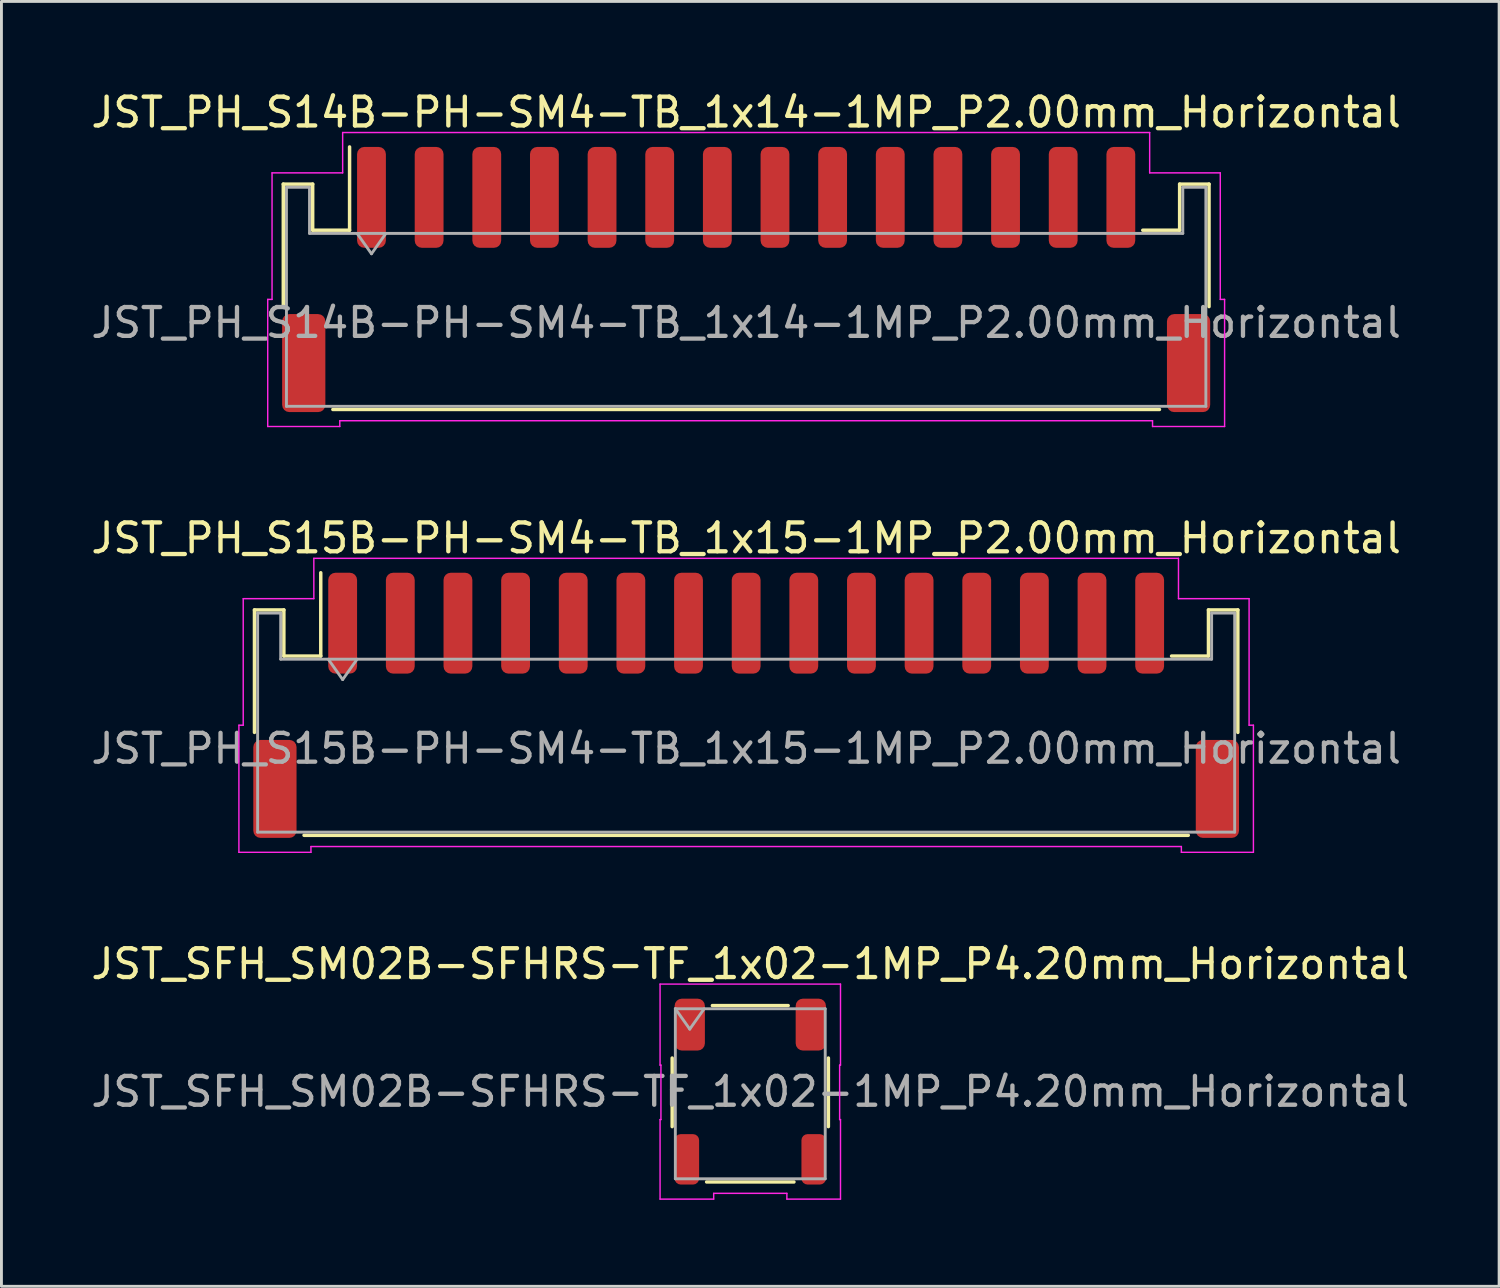
<source format=kicad_pcb>
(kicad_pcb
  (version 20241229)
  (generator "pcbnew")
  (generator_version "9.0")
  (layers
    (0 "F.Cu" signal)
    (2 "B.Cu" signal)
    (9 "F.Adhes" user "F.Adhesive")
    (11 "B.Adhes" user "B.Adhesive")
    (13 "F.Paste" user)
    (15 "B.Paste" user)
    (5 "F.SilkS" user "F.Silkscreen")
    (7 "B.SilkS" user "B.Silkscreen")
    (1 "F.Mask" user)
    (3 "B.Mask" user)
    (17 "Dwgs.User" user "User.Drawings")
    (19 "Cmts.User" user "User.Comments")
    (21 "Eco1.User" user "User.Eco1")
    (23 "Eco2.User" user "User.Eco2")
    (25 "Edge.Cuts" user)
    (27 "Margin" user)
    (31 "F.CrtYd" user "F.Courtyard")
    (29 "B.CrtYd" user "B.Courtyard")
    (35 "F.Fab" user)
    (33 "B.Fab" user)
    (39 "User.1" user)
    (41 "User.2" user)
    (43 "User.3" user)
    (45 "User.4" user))
  (footprint "JST_PH_S15B-PH-SM4-TB_1x15-1MP_P2.00mm_Horizontal"
    (layer "F.Cu")
    (at 22.839 21.422)
    (property "Reference" "JST_PH_S15B-PH-SM4-TB_1x15-1MP_P2.00mm_Horizontal" (at 0 -5.8 0) (layer "F.SilkS") (effects (font (size 1 1) (thickness 0.15))))
    (attr smd)
    (fp_line (start -17.06 -3.31) (end -16.04 -3.31) (stroke (width 0.12) (type solid)) (layer "F.SilkS"))
    (fp_line (start -17.06 0.94) (end -17.06 -3.31) (stroke (width 0.12) (type solid)) (layer "F.SilkS"))
    (fp_line (start -16.04 -3.31) (end -16.04 -1.71) (stroke (width 0.12) (type solid)) (layer "F.SilkS"))
    (fp_line (start -16.04 -1.71) (end -14.76 -1.71) (stroke (width 0.12) (type solid)) (layer "F.SilkS"))
    (fp_line (start -15.34 4.51) (end 15.34 4.51) (stroke (width 0.12) (type solid)) (layer "F.SilkS"))
    (fp_line (start -14.76 -1.71) (end -14.76 -4.6) (stroke (width 0.12) (type solid)) (layer "F.SilkS"))
    (fp_line (start 16.04 -3.31) (end 16.04 -1.71) (stroke (width 0.12) (type solid)) (layer "F.SilkS"))
    (fp_line (start 16.04 -1.71) (end 14.76 -1.71) (stroke (width 0.12) (type solid)) (layer "F.SilkS"))
    (fp_line (start 17.06 -3.31) (end 16.04 -3.31) (stroke (width 0.12) (type solid)) (layer "F.SilkS"))
    (fp_line (start 17.06 0.94) (end 17.06 -3.31) (stroke (width 0.12) (type solid)) (layer "F.SilkS"))
    (fp_line (start -17.6 0.69) (end -17.45 0.69) (stroke (width 0.05) (type solid)) (layer "F.CrtYd"))
    (fp_line (start -17.6 5.1) (end -17.6 0.69) (stroke (width 0.05) (type solid)) (layer "F.CrtYd"))
    (fp_line (start -17.45 -3.7) (end -15 -3.7) (stroke (width 0.05) (type solid)) (layer "F.CrtYd"))
    (fp_line (start -17.45 0.69) (end -17.45 -3.7) (stroke (width 0.05) (type solid)) (layer "F.CrtYd"))
    (fp_line (start -15.1 4.9) (end -15.1 5.1) (stroke (width 0.05) (type solid)) (layer "F.CrtYd"))
    (fp_line (start -15.1 5.1) (end -17.6 5.1) (stroke (width 0.05) (type solid)) (layer "F.CrtYd"))
    (fp_line (start -15 -5.1) (end 15 -5.1) (stroke (width 0.05) (type solid)) (layer "F.CrtYd"))
    (fp_line (start -15 -3.7) (end -15 -5.1) (stroke (width 0.05) (type solid)) (layer "F.CrtYd"))
    (fp_line (start 15 -5.1) (end 15 -3.7) (stroke (width 0.05) (type solid)) (layer "F.CrtYd"))
    (fp_line (start 15 -3.7) (end 17.45 -3.7) (stroke (width 0.05) (type solid)) (layer "F.CrtYd"))
    (fp_line (start 15.1 4.9) (end -15.1 4.9) (stroke (width 0.05) (type solid)) (layer "F.CrtYd"))
    (fp_line (start 15.1 5.1) (end 15.1 4.9) (stroke (width 0.05) (type solid)) (layer "F.CrtYd"))
    (fp_line (start 17.45 -3.7) (end 17.45 0.69) (stroke (width 0.05) (type solid)) (layer "F.CrtYd"))
    (fp_line (start 17.45 0.69) (end 17.6 0.69) (stroke (width 0.05) (type solid)) (layer "F.CrtYd"))
    (fp_line (start 17.6 0.69) (end 17.6 5.1) (stroke (width 0.05) (type solid)) (layer "F.CrtYd"))
    (fp_line (start 17.6 5.1) (end 15.1 5.1) (stroke (width 0.05) (type solid)) (layer "F.CrtYd"))
    (fp_line (start -16.95 -3.2) (end -16.95 4.4) (stroke (width 0.1) (type solid)) (layer "F.Fab"))
    (fp_line (start -16.95 -3.2) (end -16.15 -3.2) (stroke (width 0.1) (type solid)) (layer "F.Fab"))
    (fp_line (start -16.95 4.4) (end 16.95 4.4) (stroke (width 0.1) (type solid)) (layer "F.Fab"))
    (fp_line (start -16.15 -3.2) (end -16.15 -1.6) (stroke (width 0.1) (type solid)) (layer "F.Fab"))
    (fp_line (start -16.15 -1.6) (end 16.15 -1.6) (stroke (width 0.1) (type solid)) (layer "F.Fab"))
    (fp_line (start -14.5 -1.6) (end -14 -0.893) (stroke (width 0.1) (type solid)) (layer "F.Fab"))
    (fp_line (start -14 -0.893) (end -13.5 -1.6) (stroke (width 0.1) (type solid)) (layer "F.Fab"))
    (fp_line (start 16.15 -3.2) (end 16.95 -3.2) (stroke (width 0.1) (type solid)) (layer "F.Fab"))
    (fp_line (start 16.15 -1.6) (end 16.15 -3.2) (stroke (width 0.1) (type solid)) (layer "F.Fab"))
    (fp_line (start 16.95 -3.2) (end 16.95 4.4) (stroke (width 0.1) (type solid)) (layer "F.Fab"))
    (fp_text user "${REFERENCE}" (at 0 1.5 0) (layer "F.Fab") (effects (font (size 1 1) (thickness 0.15))))
    (pad "1" smd roundrect (at -14 -2.85) (size 1 3.5) (layers "F.Cu" "F.Mask" "F.Paste") (roundrect_rratio 0.25))
    (pad "2" smd roundrect (at -12 -2.85) (size 1 3.5) (layers "F.Cu" "F.Mask" "F.Paste") (roundrect_rratio 0.25))
    (pad "3" smd roundrect (at -10 -2.85) (size 1 3.5) (layers "F.Cu" "F.Mask" "F.Paste") (roundrect_rratio 0.25))
    (pad "4" smd roundrect (at -8 -2.85) (size 1 3.5) (layers "F.Cu" "F.Mask" "F.Paste") (roundrect_rratio 0.25))
    (pad "5" smd roundrect (at -6 -2.85) (size 1 3.5) (layers "F.Cu" "F.Mask" "F.Paste") (roundrect_rratio 0.25))
    (pad "6" smd roundrect (at -4 -2.85) (size 1 3.5) (layers "F.Cu" "F.Mask" "F.Paste") (roundrect_rratio 0.25))
    (pad "7" smd roundrect (at -2 -2.85) (size 1 3.5) (layers "F.Cu" "F.Mask" "F.Paste") (roundrect_rratio 0.25))
    (pad "8" smd roundrect (at 0 -2.85) (size 1 3.5) (layers "F.Cu" "F.Mask" "F.Paste") (roundrect_rratio 0.25))
    (pad "9" smd roundrect (at 2 -2.85) (size 1 3.5) (layers "F.Cu" "F.Mask" "F.Paste") (roundrect_rratio 0.25))
    (pad "10" smd roundrect (at 4 -2.85) (size 1 3.5) (layers "F.Cu" "F.Mask" "F.Paste") (roundrect_rratio 0.25))
    (pad "11" smd roundrect (at 6 -2.85) (size 1 3.5) (layers "F.Cu" "F.Mask" "F.Paste") (roundrect_rratio 0.25))
    (pad "12" smd roundrect (at 8 -2.85) (size 1 3.5) (layers "F.Cu" "F.Mask" "F.Paste") (roundrect_rratio 0.25))
    (pad "13" smd roundrect (at 10 -2.85) (size 1 3.5) (layers "F.Cu" "F.Mask" "F.Paste") (roundrect_rratio 0.25))
    (pad "14" smd roundrect (at 12 -2.85) (size 1 3.5) (layers "F.Cu" "F.Mask" "F.Paste") (roundrect_rratio 0.25))
    (pad "15" smd roundrect (at 14 -2.85) (size 1 3.5) (layers "F.Cu" "F.Mask" "F.Paste") (roundrect_rratio 0.25))
    (pad "MP" smd roundrect (at -16.35 2.9) (size 1.5 3.4) (layers "F.Cu" "F.Mask" "F.Paste") (roundrect_rratio 0.167))
    (pad "MP" smd roundrect (at 16.35 2.9) (size 1.5 3.4) (layers "F.Cu" "F.Mask" "F.Paste") (roundrect_rratio 0.167)))
  (footprint "JST_PH_S14B-PH-SM4-TB_1x14-1MP_P2.00mm_Horizontal"
    (layer "F.Cu")
    (at 22.839 6.648)
    (property "Reference" "JST_PH_S14B-PH-SM4-TB_1x14-1MP_P2.00mm_Horizontal" (at 0 -5.8 0) (layer "F.SilkS") (effects (font (size 1 1) (thickness 0.15))))
    (attr smd)
    (fp_line (start -16.06 -3.31) (end -15.04 -3.31) (stroke (width 0.12) (type solid)) (layer "F.SilkS"))
    (fp_line (start -16.06 0.94) (end -16.06 -3.31) (stroke (width 0.12) (type solid)) (layer "F.SilkS"))
    (fp_line (start -15.04 -3.31) (end -15.04 -1.71) (stroke (width 0.12) (type solid)) (layer "F.SilkS"))
    (fp_line (start -15.04 -1.71) (end -13.76 -1.71) (stroke (width 0.12) (type solid)) (layer "F.SilkS"))
    (fp_line (start -14.34 4.51) (end 14.34 4.51) (stroke (width 0.12) (type solid)) (layer "F.SilkS"))
    (fp_line (start -13.76 -1.71) (end -13.76 -4.6) (stroke (width 0.12) (type solid)) (layer "F.SilkS"))
    (fp_line (start 15.04 -3.31) (end 15.04 -1.71) (stroke (width 0.12) (type solid)) (layer "F.SilkS"))
    (fp_line (start 15.04 -1.71) (end 13.76 -1.71) (stroke (width 0.12) (type solid)) (layer "F.SilkS"))
    (fp_line (start 16.06 -3.31) (end 15.04 -3.31) (stroke (width 0.12) (type solid)) (layer "F.SilkS"))
    (fp_line (start 16.06 0.94) (end 16.06 -3.31) (stroke (width 0.12) (type solid)) (layer "F.SilkS"))
    (fp_line (start -16.6 0.69) (end -16.45 0.69) (stroke (width 0.05) (type solid)) (layer "F.CrtYd"))
    (fp_line (start -16.6 5.1) (end -16.6 0.69) (stroke (width 0.05) (type solid)) (layer "F.CrtYd"))
    (fp_line (start -16.45 -3.7) (end -14 -3.7) (stroke (width 0.05) (type solid)) (layer "F.CrtYd"))
    (fp_line (start -16.45 0.69) (end -16.45 -3.7) (stroke (width 0.05) (type solid)) (layer "F.CrtYd"))
    (fp_line (start -14.1 4.9) (end -14.1 5.1) (stroke (width 0.05) (type solid)) (layer "F.CrtYd"))
    (fp_line (start -14.1 5.1) (end -16.6 5.1) (stroke (width 0.05) (type solid)) (layer "F.CrtYd"))
    (fp_line (start -14 -5.1) (end 14 -5.1) (stroke (width 0.05) (type solid)) (layer "F.CrtYd"))
    (fp_line (start -14 -3.7) (end -14 -5.1) (stroke (width 0.05) (type solid)) (layer "F.CrtYd"))
    (fp_line (start 14 -5.1) (end 14 -3.7) (stroke (width 0.05) (type solid)) (layer "F.CrtYd"))
    (fp_line (start 14 -3.7) (end 16.45 -3.7) (stroke (width 0.05) (type solid)) (layer "F.CrtYd"))
    (fp_line (start 14.1 4.9) (end -14.1 4.9) (stroke (width 0.05) (type solid)) (layer "F.CrtYd"))
    (fp_line (start 14.1 5.1) (end 14.1 4.9) (stroke (width 0.05) (type solid)) (layer "F.CrtYd"))
    (fp_line (start 16.45 -3.7) (end 16.45 0.69) (stroke (width 0.05) (type solid)) (layer "F.CrtYd"))
    (fp_line (start 16.45 0.69) (end 16.6 0.69) (stroke (width 0.05) (type solid)) (layer "F.CrtYd"))
    (fp_line (start 16.6 0.69) (end 16.6 5.1) (stroke (width 0.05) (type solid)) (layer "F.CrtYd"))
    (fp_line (start 16.6 5.1) (end 14.1 5.1) (stroke (width 0.05) (type solid)) (layer "F.CrtYd"))
    (fp_line (start -15.95 -3.2) (end -15.95 4.4) (stroke (width 0.1) (type solid)) (layer "F.Fab"))
    (fp_line (start -15.95 -3.2) (end -15.15 -3.2) (stroke (width 0.1) (type solid)) (layer "F.Fab"))
    (fp_line (start -15.95 4.4) (end 15.95 4.4) (stroke (width 0.1) (type solid)) (layer "F.Fab"))
    (fp_line (start -15.15 -3.2) (end -15.15 -1.6) (stroke (width 0.1) (type solid)) (layer "F.Fab"))
    (fp_line (start -15.15 -1.6) (end 15.15 -1.6) (stroke (width 0.1) (type solid)) (layer "F.Fab"))
    (fp_line (start -13.5 -1.6) (end -13 -0.893) (stroke (width 0.1) (type solid)) (layer "F.Fab"))
    (fp_line (start -13 -0.893) (end -12.5 -1.6) (stroke (width 0.1) (type solid)) (layer "F.Fab"))
    (fp_line (start 15.15 -3.2) (end 15.95 -3.2) (stroke (width 0.1) (type solid)) (layer "F.Fab"))
    (fp_line (start 15.15 -1.6) (end 15.15 -3.2) (stroke (width 0.1) (type solid)) (layer "F.Fab"))
    (fp_line (start 15.95 -3.2) (end 15.95 4.4) (stroke (width 0.1) (type solid)) (layer "F.Fab"))
    (fp_text user "${REFERENCE}" (at 0 1.5 0) (layer "F.Fab") (effects (font (size 1 1) (thickness 0.15))))
    (pad "1" smd roundrect (at -13 -2.85) (size 1 3.5) (layers "F.Cu" "F.Mask" "F.Paste") (roundrect_rratio 0.25))
    (pad "2" smd roundrect (at -11 -2.85) (size 1 3.5) (layers "F.Cu" "F.Mask" "F.Paste") (roundrect_rratio 0.25))
    (pad "3" smd roundrect (at -9 -2.85) (size 1 3.5) (layers "F.Cu" "F.Mask" "F.Paste") (roundrect_rratio 0.25))
    (pad "4" smd roundrect (at -7 -2.85) (size 1 3.5) (layers "F.Cu" "F.Mask" "F.Paste") (roundrect_rratio 0.25))
    (pad "5" smd roundrect (at -5 -2.85) (size 1 3.5) (layers "F.Cu" "F.Mask" "F.Paste") (roundrect_rratio 0.25))
    (pad "6" smd roundrect (at -3 -2.85) (size 1 3.5) (layers "F.Cu" "F.Mask" "F.Paste") (roundrect_rratio 0.25))
    (pad "7" smd roundrect (at -1 -2.85) (size 1 3.5) (layers "F.Cu" "F.Mask" "F.Paste") (roundrect_rratio 0.25))
    (pad "8" smd roundrect (at 1 -2.85) (size 1 3.5) (layers "F.Cu" "F.Mask" "F.Paste") (roundrect_rratio 0.25))
    (pad "9" smd roundrect (at 3 -2.85) (size 1 3.5) (layers "F.Cu" "F.Mask" "F.Paste") (roundrect_rratio 0.25))
    (pad "10" smd roundrect (at 5 -2.85) (size 1 3.5) (layers "F.Cu" "F.Mask" "F.Paste") (roundrect_rratio 0.25))
    (pad "11" smd roundrect (at 7 -2.85) (size 1 3.5) (layers "F.Cu" "F.Mask" "F.Paste") (roundrect_rratio 0.25))
    (pad "12" smd roundrect (at 9 -2.85) (size 1 3.5) (layers "F.Cu" "F.Mask" "F.Paste") (roundrect_rratio 0.25))
    (pad "13" smd roundrect (at 11 -2.85) (size 1 3.5) (layers "F.Cu" "F.Mask" "F.Paste") (roundrect_rratio 0.25))
    (pad "14" smd roundrect (at 13 -2.85) (size 1 3.5) (layers "F.Cu" "F.Mask" "F.Paste") (roundrect_rratio 0.25))
    (pad "MP" smd roundrect (at -15.35 2.9) (size 1.5 3.4) (layers "F.Cu" "F.Mask" "F.Paste") (roundrect_rratio 0.167))
    (pad "MP" smd roundrect (at 15.35 2.9) (size 1.5 3.4) (layers "F.Cu" "F.Mask" "F.Paste") (roundrect_rratio 0.167)))
  (footprint "JST_SFH_SM02B-SFHRS-TF_1x02-1MP_P4.20mm_Horizontal"
    (layer "F.Cu")
    (at 22.982 34.825)
    (property "Reference" "JST_SFH_SM02B-SFHRS-TF_1x02-1MP_P4.20mm_Horizontal" (at 0 -4.43 0) (layer "F.SilkS") (effects (font (size 1 1) (thickness 0.15))))
    (attr smd)
    (fp_line (start -2.71 -1.165) (end -2.71 1.215) (stroke (width 0.12) (type solid)) (layer "F.SilkS"))
    (fp_line (start -1.515 3.135) (end 1.515 3.135) (stroke (width 0.12) (type solid)) (layer "F.SilkS"))
    (fp_line (start -1.315 -2.985) (end 1.315 -2.985) (stroke (width 0.12) (type solid)) (layer "F.SilkS"))
    (fp_line (start 2.71 -1.165) (end 2.71 1.215) (stroke (width 0.12) (type solid)) (layer "F.SilkS"))
    (fp_line (start -3.13 -3.73) (end 3.13 -3.73) (stroke (width 0.05) (type solid)) (layer "F.CrtYd"))
    (fp_line (start -3.13 -0.92) (end -3.13 -3.73) (stroke (width 0.05) (type solid)) (layer "F.CrtYd"))
    (fp_line (start -3.13 0.97) (end -3.1 0.97) (stroke (width 0.05) (type solid)) (layer "F.CrtYd"))
    (fp_line (start -3.13 3.73) (end -3.13 0.97) (stroke (width 0.05) (type solid)) (layer "F.CrtYd"))
    (fp_line (start -3.1 -0.92) (end -3.13 -0.92) (stroke (width 0.05) (type solid)) (layer "F.CrtYd"))
    (fp_line (start -3.1 0.97) (end -3.1 -0.92) (stroke (width 0.05) (type solid)) (layer "F.CrtYd"))
    (fp_line (start -1.27 3.53) (end -1.27 3.73) (stroke (width 0.05) (type solid)) (layer "F.CrtYd"))
    (fp_line (start -1.27 3.73) (end -3.13 3.73) (stroke (width 0.05) (type solid)) (layer "F.CrtYd"))
    (fp_line (start 1.27 3.53) (end -1.27 3.53) (stroke (width 0.05) (type solid)) (layer "F.CrtYd"))
    (fp_line (start 1.27 3.73) (end 1.27 3.53) (stroke (width 0.05) (type solid)) (layer "F.CrtYd"))
    (fp_line (start 3.1 -0.92) (end 3.1 0.97) (stroke (width 0.05) (type solid)) (layer "F.CrtYd"))
    (fp_line (start 3.1 0.97) (end 3.13 0.97) (stroke (width 0.05) (type solid)) (layer "F.CrtYd"))
    (fp_line (start 3.13 -3.73) (end 3.13 -0.92) (stroke (width 0.05) (type solid)) (layer "F.CrtYd"))
    (fp_line (start 3.13 -0.92) (end 3.1 -0.92) (stroke (width 0.05) (type solid)) (layer "F.CrtYd"))
    (fp_line (start 3.13 0.97) (end 3.13 3.73) (stroke (width 0.05) (type solid)) (layer "F.CrtYd"))
    (fp_line (start 3.13 3.73) (end 1.27 3.73) (stroke (width 0.05) (type solid)) (layer "F.CrtYd"))
    (fp_line (start -2.6 -2.875) (end -2.6 3.025) (stroke (width 0.1) (type solid)) (layer "F.Fab"))
    (fp_line (start -2.6 -2.875) (end -2.1 -2.168) (stroke (width 0.1) (type solid)) (layer "F.Fab"))
    (fp_line (start -2.6 -2.875) (end 2.6 -2.875) (stroke (width 0.1) (type solid)) (layer "F.Fab"))
    (fp_line (start -2.6 3.025) (end 2.6 3.025) (stroke (width 0.1) (type solid)) (layer "F.Fab"))
    (fp_line (start -2.1 -2.168) (end -1.6 -2.875) (stroke (width 0.1) (type solid)) (layer "F.Fab"))
    (fp_line (start 2.6 -2.875) (end 2.6 3.025) (stroke (width 0.1) (type solid)) (layer "F.Fab"))
    (fp_text user "${REFERENCE}" (at 0 0 0) (layer "F.Fab") (effects (font (size 1 1) (thickness 0.15))))
    (pad "1" smd roundrect (at -2.1 -2.325) (size 1.05 1.8) (layers "F.Cu" "F.Mask" "F.Paste") (roundrect_rratio 0.238))
    (pad "2" smd roundrect (at 2.1 -2.325) (size 1.05 1.8) (layers "F.Cu" "F.Mask" "F.Paste") (roundrect_rratio 0.238))
    (pad "MP" smd roundrect (at -2.2 2.35) (size 0.85 1.75) (layers "F.Cu" "F.Mask" "F.Paste") (roundrect_rratio 0.25))
    (pad "MP" smd roundrect (at 2.2 2.35) (size 0.85 1.75) (layers "F.Cu" "F.Mask" "F.Paste") (roundrect_rratio 0.25)))
  (gr_rect
    (start -3 -3)
    (end 48.964 41.58)
    (stroke (width 0.1) (type default))
    (fill no)
    (layer "Edge.Cuts")))
</source>
